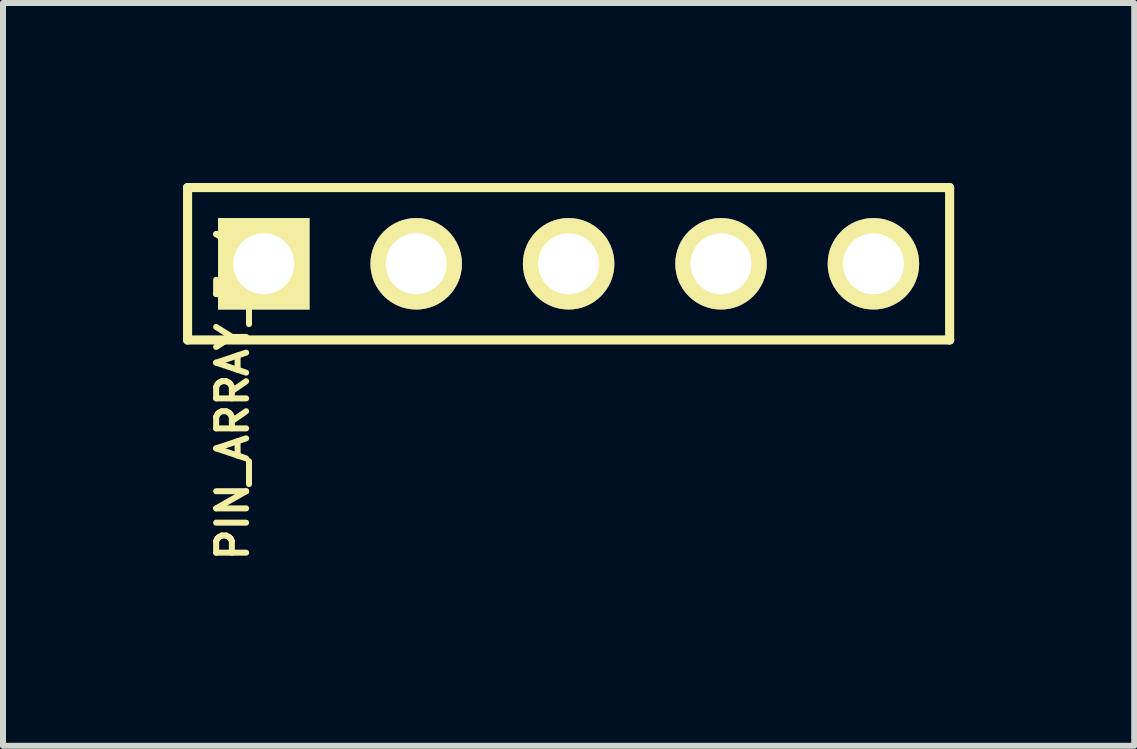
<source format=kicad_pcb>
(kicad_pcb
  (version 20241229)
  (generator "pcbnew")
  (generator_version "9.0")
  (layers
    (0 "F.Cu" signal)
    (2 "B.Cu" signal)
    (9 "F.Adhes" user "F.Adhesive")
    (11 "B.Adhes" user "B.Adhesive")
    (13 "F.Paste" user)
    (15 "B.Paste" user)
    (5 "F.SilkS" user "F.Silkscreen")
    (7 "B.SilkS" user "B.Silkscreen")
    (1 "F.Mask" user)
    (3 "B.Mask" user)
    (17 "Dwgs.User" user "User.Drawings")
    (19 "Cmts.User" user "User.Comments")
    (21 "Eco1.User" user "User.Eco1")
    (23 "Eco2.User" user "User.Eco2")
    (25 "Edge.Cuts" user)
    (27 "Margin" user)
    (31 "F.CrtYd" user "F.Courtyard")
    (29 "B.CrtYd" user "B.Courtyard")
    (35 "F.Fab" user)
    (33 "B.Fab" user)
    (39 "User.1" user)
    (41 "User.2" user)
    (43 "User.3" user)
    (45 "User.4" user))
  (footprint "PIN_ARRAY_5x1"
    (layer "F.Cu")
    (at 6.426 1.346)
    (property "Reference" "PIN_ARRAY_5x1" (at -5.6 2.1 90) (layer "F.SilkS") (effects (font (size 0.5 0.5) (thickness 0.1))))
    (attr through_hole)
    (fp_line (start -6.35 -1.27) (end -6.35 1.27) (stroke (width 0.152) (type solid)) (layer "F.SilkS"))
    (fp_line (start -6.35 -1.27) (end 6.35 -1.27) (stroke (width 0.152) (type solid)) (layer "F.SilkS"))
    (fp_line (start 6.35 1.27) (end -6.35 1.27) (stroke (width 0.152) (type solid)) (layer "F.SilkS"))
    (fp_line (start 6.35 1.27) (end 6.35 -1.27) (stroke (width 0.152) (type solid)) (layer "F.SilkS"))
    (pad "1" thru_hole rect (at -5.08 0) (size 1.524 1.524) (drill 1.016) (layers "*.Cu" "*.Mask" "F.SilkS"))
    (pad "2" thru_hole circle (at -2.54 0) (size 1.524 1.524) (drill 1.016) (layers "*.Cu" "*.Mask" "F.SilkS"))
    (pad "3" thru_hole circle (at 0 0) (size 1.524 1.524) (drill 1.016) (layers "*.Cu" "*.Mask" "F.SilkS"))
    (pad "4" thru_hole circle (at 2.54 0) (size 1.524 1.524) (drill 1.016) (layers "*.Cu" "*.Mask" "F.SilkS"))
    (pad "5" thru_hole circle (at 5.08 0) (size 1.524 1.524) (drill 1.016) (layers "*.Cu" "*.Mask" "F.SilkS")))
  (gr_rect
    (start -3 -3)
    (end 15.852 9.379)
    (stroke (width 0.1) (type default))
    (fill no)
    (layer "Edge.Cuts")))
</source>
